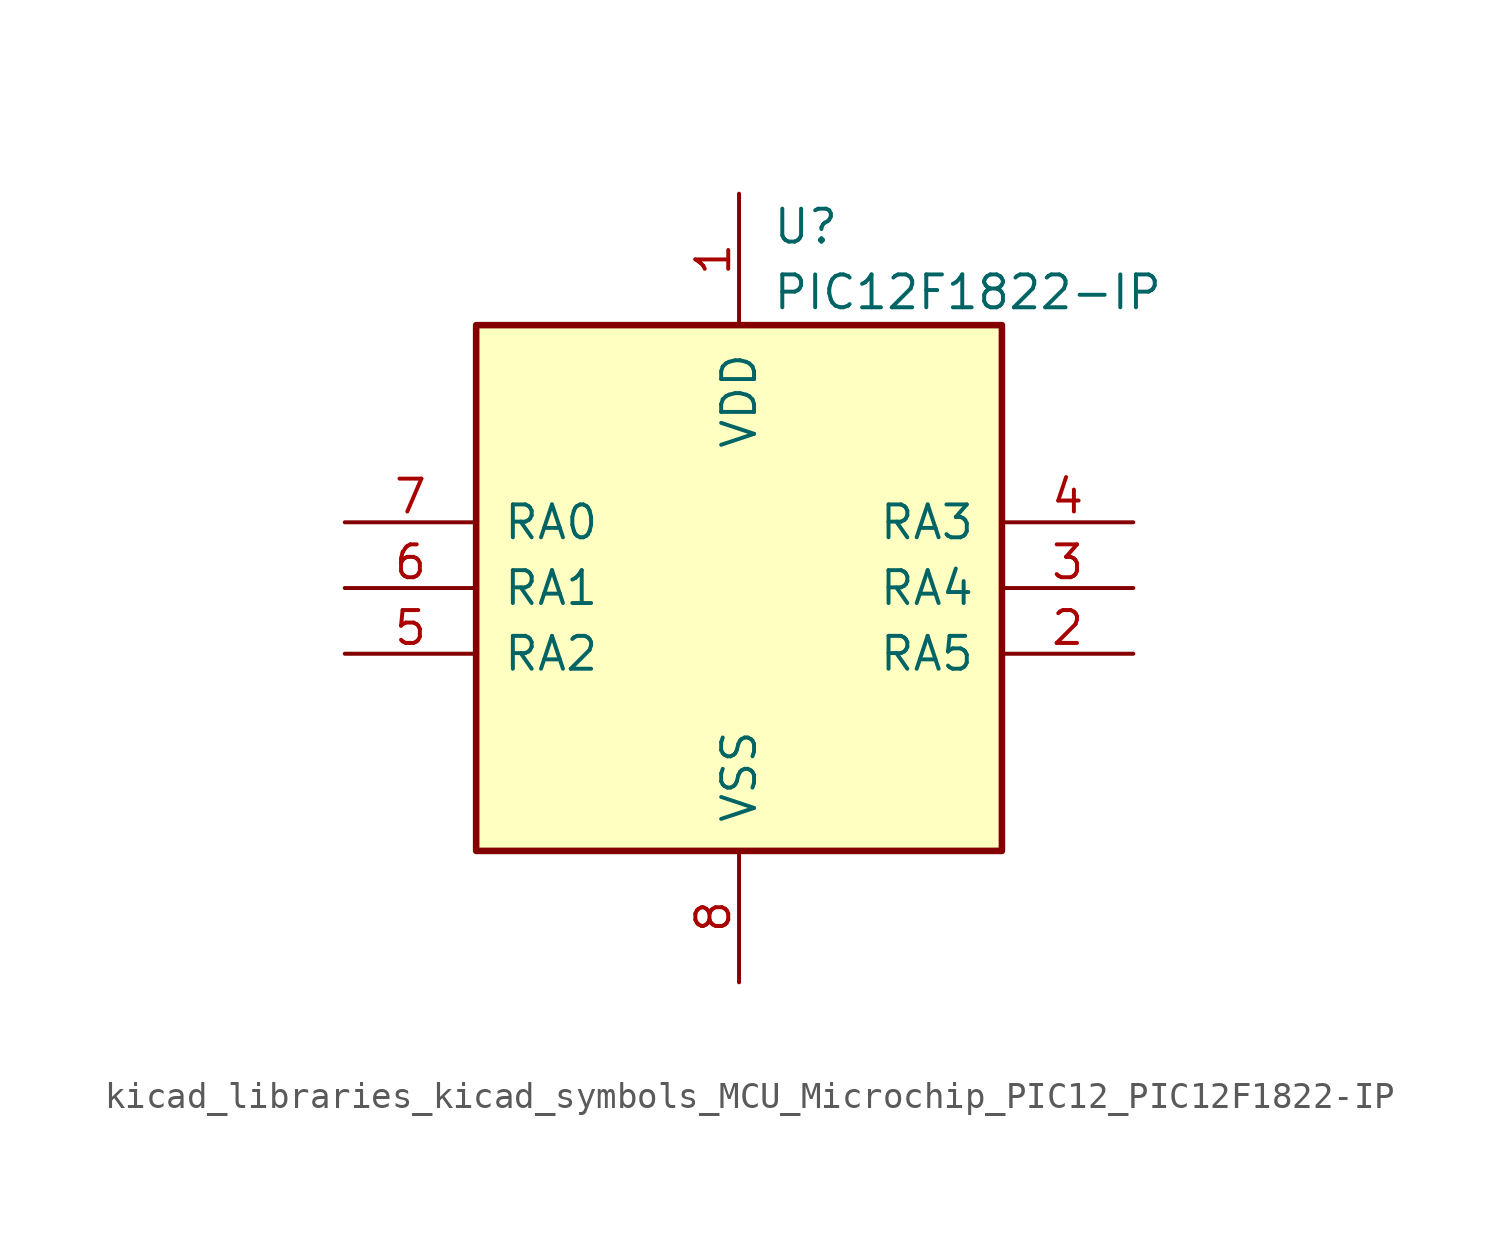
<source format=kicad_sym>
(kicad_symbol_lib
  (version 20220914)
  (generator kicad_symbol_editor)
  (symbol "kicad_libraries_kicad_symbols_MCU_Microchip_PIC12_PIC12F1822-IP"
    (pin_names
      (offset 1.016))
    (property "Reference" "U"
      (at 1.27 13.97 0)
      (effects (font (size 1.27 1.27)) (justify left)))
    (property "Value" "PIC12F1822-IP"
      (at 1.27 11.43 0)
      (effects (font (size 1.27 1.27)) (justify left)))
    (symbol "kicad_libraries_kicad_symbols_MCU_Microchip_PIC12_PIC12F1822-IP_0_1"
      (rectangle (start 10.16 -10.16) (end -10.16 10.16) (stroke (width 0.254) (type default)) (fill (type background))))
    (symbol "kicad_libraries_kicad_symbols_MCU_Microchip_PIC12_PIC12F1822-IP_1_1"
      (pin power_in line (at 0 15.24 270) (length 5.08) (name "VDD" (effects (font (size 1.27 1.27)))) (number "1" (effects (font (size 1.27 1.27)))))
      (pin bidirectional line (at 15.24 -2.54 180) (length 5.08) (name "RA5" (effects (font (size 1.27 1.27)))) (number "2" (effects (font (size 1.27 1.27)))))
      (pin bidirectional line (at 15.24 0 180) (length 5.08) (name "RA4" (effects (font (size 1.27 1.27)))) (number "3" (effects (font (size 1.27 1.27)))))
      (pin input line (at 15.24 2.54 180) (length 5.08) (name "RA3" (effects (font (size 1.27 1.27)))) (number "4" (effects (font (size 1.27 1.27)))))
      (pin bidirectional line (at -15.24 -2.54 0) (length 5.08) (name "RA2" (effects (font (size 1.27 1.27)))) (number "5" (effects (font (size 1.27 1.27)))))
      (pin bidirectional line (at -15.24 0 0) (length 5.08) (name "RA1" (effects (font (size 1.27 1.27)))) (number "6" (effects (font (size 1.27 1.27)))))
      (pin bidirectional line (at -15.24 2.54 0) (length 5.08) (name "RA0" (effects (font (size 1.27 1.27)))) (number "7" (effects (font (size 1.27 1.27)))))
      (pin power_in line (at 0 -15.24 90) (length 5.08) (name "VSS" (effects (font (size 1.27 1.27)))) (number "8" (effects (font (size 1.27 1.27))))))))
</source>
